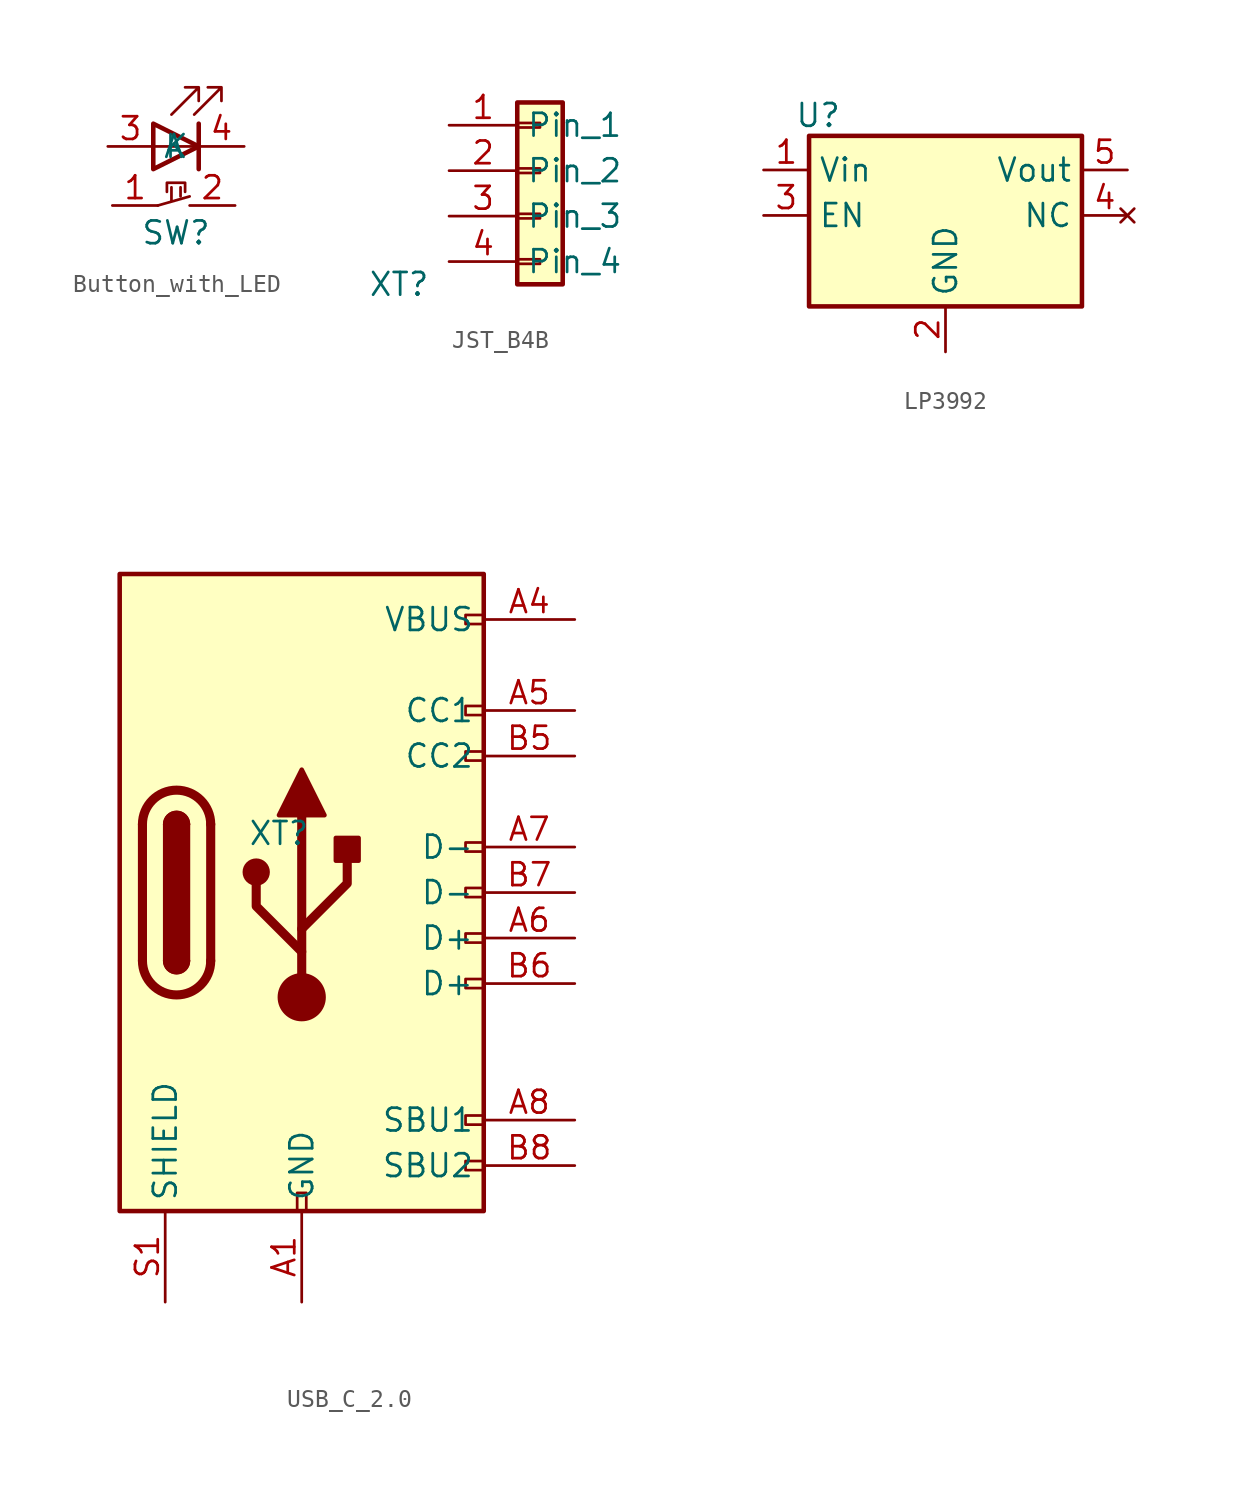
<source format=kicad_sym>
(kicad_symbol_lib
  (version 20220914)
  (generator kicad_symbol_editor)
  (symbol "Button_with_LED"
    (property "Reference" "SW"
      (at 0 -1.524 0)
      (effects (font (size 1.27 1.27))))
    (property "Value" ""
      (at 0 0 0)
      (effects (font (size 1.27 1.27))))
    (symbol "Button_with_LED_0_1"
      (polyline (pts (xy -1.016 0) (xy 0.762 0.508)) (stroke (width 0) (type default)) (fill (type none)))
      (polyline (pts (xy -0.254 0.254) (xy -0.254 1.016)) (stroke (width 0) (type default)) (fill (type none)))
      (polyline (pts (xy 0.254 0.508) (xy 0.254 1.016)) (stroke (width 0) (type default)) (fill (type none)))
      (polyline (pts (xy 1.27 3.302) (xy -1.27 3.302)) (stroke (width 0) (type default)) (fill (type none)))
      (polyline (pts (xy 1.27 4.572) (xy 1.27 2.032)) (stroke (width 0.254) (type default)) (fill (type none)))
      (polyline (pts (xy -1.27 4.572) (xy -1.27 2.032) (xy 1.27 3.302) (xy -1.27 4.572)) (stroke (width 0.254) (type default)) (fill (type none)))
      (polyline (pts (xy -0.508 0.762) (xy -0.508 1.27) (xy 0.508 1.27) (xy 0.508 0.762)) (stroke (width 0) (type default)) (fill (type none)))
      (polyline (pts (xy -0.254 5.08) (xy 1.27 6.604) (xy 0.508 6.604) (xy 1.27 6.604) (xy 1.27 5.842)) (stroke (width 0) (type default)) (fill (type none)))
      (polyline (pts (xy 1.016 5.08) (xy 2.54 6.604) (xy 1.778 6.604) (xy 2.54 6.604) (xy 2.54 5.842)) (stroke (width 0) (type default)) (fill (type none))))
    (symbol "Button_with_LED_1_1"
      (pin bidirectional line (at -3.556 0 0) (length 2.54) (name "" (effects (font (size 1.27 1.27)))) (number "1" (effects (font (size 1.27 1.27)))))
      (pin bidirectional line (at 3.302 0 180) (length 2.54) (name "" (effects (font (size 1.27 1.27)))) (number "2" (effects (font (size 1.27 1.27)))))
      (pin passive line (at -3.81 3.302 0) (length 2.54) (name "A" (effects (font (size 1.27 1.27)))) (number "3" (effects (font (size 1.27 1.27)))))
      (pin passive line (at 3.81 3.302 180) (length 2.54) (name "K" (effects (font (size 1.27 1.27)))) (number "4" (effects (font (size 1.27 1.27)))))))
  (symbol "JST_B4B"
    (property "Reference" "XT"
      (at 0 0 0)
      (effects (font (size 1.27 1.27))))
    (property "Value" ""
      (at 0 0 0)
      (effects (font (size 1.27 1.27))))
    (symbol "JST_B4B_1_1"
      (rectangle (start 6.604 1.397) (end 7.874 1.143) (stroke (width 0.152) (type default)) (fill (type none)))
      (rectangle (start 6.604 3.937) (end 7.874 3.683) (stroke (width 0.152) (type default)) (fill (type none)))
      (rectangle (start 6.604 6.477) (end 7.874 6.223) (stroke (width 0.152) (type default)) (fill (type none)))
      (rectangle (start 6.604 9.017) (end 7.874 8.763) (stroke (width 0.152) (type default)) (fill (type none)))
      (rectangle (start 6.604 10.16) (end 9.144 0) (stroke (width 0.254) (type default)) (fill (type background)))
      (pin passive line (at 2.794 8.89 0) (length 3.81) (name "Pin_1" (effects (font (size 1.27 1.27)))) (number "1" (effects (font (size 1.27 1.27)))))
      (pin passive line (at 2.794 6.35 0) (length 3.81) (name "Pin_2" (effects (font (size 1.27 1.27)))) (number "2" (effects (font (size 1.27 1.27)))))
      (pin passive line (at 2.794 3.81 0) (length 3.81) (name "Pin_3" (effects (font (size 1.27 1.27)))) (number "3" (effects (font (size 1.27 1.27)))))
      (pin passive line (at 2.794 1.27 0) (length 3.81) (name "Pin_4" (effects (font (size 1.27 1.27)))) (number "4" (effects (font (size 1.27 1.27)))))))
  (symbol "LP3992"
    (property "Reference" "U"
      (at -7.112 11.938 0)
      (effects (font (size 1.27 1.27))))
    (property "Value" ""
      (at -7.112 12.192 0)
      (effects (font (size 1.27 1.27))))
    (symbol "LP3992_0_1"
      (rectangle (start -7.62 10.795) (end 7.62 1.27) (stroke (width 0.254) (type default)) (fill (type background))))
    (symbol "LP3992_1_1"
      (pin power_in line (at -10.16 8.89 0) (length 2.54) (name "Vin" (effects (font (size 1.27 1.27)))) (number "1" (effects (font (size 1.27 1.27)))))
      (pin power_in line (at 0 -1.27 90) (length 2.54) (name "GND" (effects (font (size 1.27 1.27)))) (number "2" (effects (font (size 1.27 1.27)))))
      (pin input line (at -10.16 6.35 0) (length 2.54) (name "EN" (effects (font (size 1.27 1.27)))) (number "3" (effects (font (size 1.27 1.27)))))
      (pin no_connect line (at 10.16 6.35 180) (length 2.54) (name "NC" (effects (font (size 1.27 1.27)))) (number "4" (effects (font (size 1.27 1.27)))))
      (pin power_out line (at 10.16 8.89 180) (length 2.54) (name "Vout" (effects (font (size 1.27 1.27)))) (number "5" (effects (font (size 1.27 1.27)))))))
  (symbol "USB_C_2.0"
    (property "Reference" "XT"
      (at 0 0 0)
      (effects (font (size 1.27 1.27))))
    (property "Value" ""
      (at 0 0 0)
      (effects (font (size 1.27 1.27))))
    (symbol "USB_C_2.0_0_0"
      (rectangle (start 1.016 -21.082) (end 1.524 -20.066) (stroke (width 0) (type default)) (fill (type none)))
      (rectangle (start 11.43 -18.288) (end 10.414 -18.796) (stroke (width 0) (type default)) (fill (type none)))
      (rectangle (start 11.43 -15.748) (end 10.414 -16.256) (stroke (width 0) (type default)) (fill (type none)))
      (rectangle (start 11.43 -8.128) (end 10.414 -8.636) (stroke (width 0) (type default)) (fill (type none)))
      (rectangle (start 11.43 -5.588) (end 10.414 -6.096) (stroke (width 0) (type default)) (fill (type none)))
      (rectangle (start 11.43 -3.048) (end 10.414 -3.556) (stroke (width 0) (type default)) (fill (type none)))
      (rectangle (start 11.43 -0.508) (end 10.414 -1.016) (stroke (width 0) (type default)) (fill (type none)))
      (rectangle (start 11.43 4.572) (end 10.414 4.064) (stroke (width 0) (type default)) (fill (type none)))
      (rectangle (start 11.43 7.112) (end 10.414 6.604) (stroke (width 0) (type default)) (fill (type none)))
      (rectangle (start 11.43 12.192) (end 10.414 11.684) (stroke (width 0) (type default)) (fill (type none))))
    (symbol "USB_C_2.0_0_1"
      (rectangle (start -8.89 14.478) (end 11.43 -21.082) (stroke (width 0.254) (type default)) (fill (type background)))
      (arc (start -7.62 -7.112) (mid -5.715 -9.0087) (end -3.81 -7.112) (stroke (width 0.508) (type default)) (fill (type none)))
      (arc (start -6.35 -7.112) (mid -5.715 -7.7443) (end -5.08 -7.112) (stroke (width 0.254) (type default)) (fill (type none)))
      (arc (start -6.35 -7.112) (mid -5.715 -7.7443) (end -5.08 -7.112) (stroke (width 0.254) (type default)) (fill (type outline)))
      (rectangle (start -6.35 -7.112) (end -5.08 0.508) (stroke (width 0.254) (type default)) (fill (type outline)))
      (arc (start -5.08 0.508) (mid -5.715 1.1403) (end -6.35 0.508) (stroke (width 0.254) (type default)) (fill (type none)))
      (arc (start -5.08 0.508) (mid -5.715 1.1403) (end -6.35 0.508) (stroke (width 0.254) (type default)) (fill (type outline)))
      (arc (start -3.81 0.508) (mid -5.715 2.4047) (end -7.62 0.508) (stroke (width 0.508) (type default)) (fill (type none)))
      (circle (center -1.27 -2.159) (radius 0.635) (stroke (width 0.254) (type default)) (fill (type outline)))
      (polyline (pts (xy -7.62 -7.112) (xy -7.62 0.508)) (stroke (width 0.508) (type default)) (fill (type none)))
      (polyline (pts (xy -3.81 0.508) (xy -3.81 -7.112)) (stroke (width 0.508) (type default)) (fill (type none)))
      (polyline (pts (xy 1.27 -9.144) (xy 1.27 1.016)) (stroke (width 0.508) (type default)) (fill (type none)))
      (polyline (pts (xy 1.27 -6.604) (xy -1.27 -4.064) (xy -1.27 -2.794)) (stroke (width 0.508) (type default)) (fill (type none)))
      (polyline (pts (xy 1.27 -5.334) (xy 3.81 -2.794) (xy 3.81 -1.524)) (stroke (width 0.508) (type default)) (fill (type none)))
      (polyline (pts (xy 0 1.016) (xy 1.27 3.556) (xy 2.54 1.016) (xy 0 1.016)) (stroke (width 0.254) (type default)) (fill (type outline)))
      (circle (center 1.27 -9.144) (radius 1.27) (stroke (width 0) (type default)) (fill (type outline)))
      (rectangle (start 3.175 -1.524) (end 4.445 -0.254) (stroke (width 0.254) (type default)) (fill (type outline))))
    (symbol "USB_C_2.0_1_1"
      (pin power_out line (at 1.27 -26.162 90) (length 5.08) (name "GND" (effects (font (size 1.27 1.27)))) (number "A1" (effects (font (size 1.27 1.27)))))
      (pin power_out line (at 1.27 -26.162 90) (length 5.08) hide (name "GND" (effects (font (size 1.27 1.27)))) (number "A12" (effects (font (size 1.27 1.27)))))
      (pin power_out line (at 16.51 11.938 180) (length 5.08) (name "VBUS" (effects (font (size 1.27 1.27)))) (number "A4" (effects (font (size 1.27 1.27)))))
      (pin bidirectional line (at 16.51 6.858 180) (length 5.08) (name "CC1" (effects (font (size 1.27 1.27)))) (number "A5" (effects (font (size 1.27 1.27)))))
      (pin bidirectional line (at 16.51 -5.842 180) (length 5.08) (name "D+" (effects (font (size 1.27 1.27)))) (number "A6" (effects (font (size 1.27 1.27)))))
      (pin bidirectional line (at 16.51 -0.762 180) (length 5.08) (name "D-" (effects (font (size 1.27 1.27)))) (number "A7" (effects (font (size 1.27 1.27)))))
      (pin bidirectional line (at 16.51 -16.002 180) (length 5.08) (name "SBU1" (effects (font (size 1.27 1.27)))) (number "A8" (effects (font (size 1.27 1.27)))))
      (pin power_out line (at 16.51 11.938 180) (length 5.08) hide (name "VBUS" (effects (font (size 1.27 1.27)))) (number "A9" (effects (font (size 1.27 1.27)))))
      (pin power_out line (at 1.27 -26.162 90) (length 5.08) hide (name "GND" (effects (font (size 1.27 1.27)))) (number "B1" (effects (font (size 1.27 1.27)))))
      (pin power_out line (at 1.27 -26.162 90) (length 5.08) hide (name "GND" (effects (font (size 1.27 1.27)))) (number "B12" (effects (font (size 1.27 1.27)))))
      (pin power_out line (at 16.51 11.938 180) (length 5.08) hide (name "VBUS" (effects (font (size 1.27 1.27)))) (number "B4" (effects (font (size 1.27 1.27)))))
      (pin bidirectional line (at 16.51 4.318 180) (length 5.08) (name "CC2" (effects (font (size 1.27 1.27)))) (number "B5" (effects (font (size 1.27 1.27)))))
      (pin bidirectional line (at 16.51 -8.382 180) (length 5.08) (name "D+" (effects (font (size 1.27 1.27)))) (number "B6" (effects (font (size 1.27 1.27)))))
      (pin bidirectional line (at 16.51 -3.302 180) (length 5.08) (name "D-" (effects (font (size 1.27 1.27)))) (number "B7" (effects (font (size 1.27 1.27)))))
      (pin bidirectional line (at 16.51 -18.542 180) (length 5.08) (name "SBU2" (effects (font (size 1.27 1.27)))) (number "B8" (effects (font (size 1.27 1.27)))))
      (pin power_out line (at 16.51 11.938 180) (length 5.08) hide (name "VBUS" (effects (font (size 1.27 1.27)))) (number "B9" (effects (font (size 1.27 1.27)))))
      (pin passive line (at -6.35 -26.162 90) (length 5.08) (name "SHIELD" (effects (font (size 1.27 1.27)))) (number "S1" (effects (font (size 1.27 1.27))))))))
</source>
